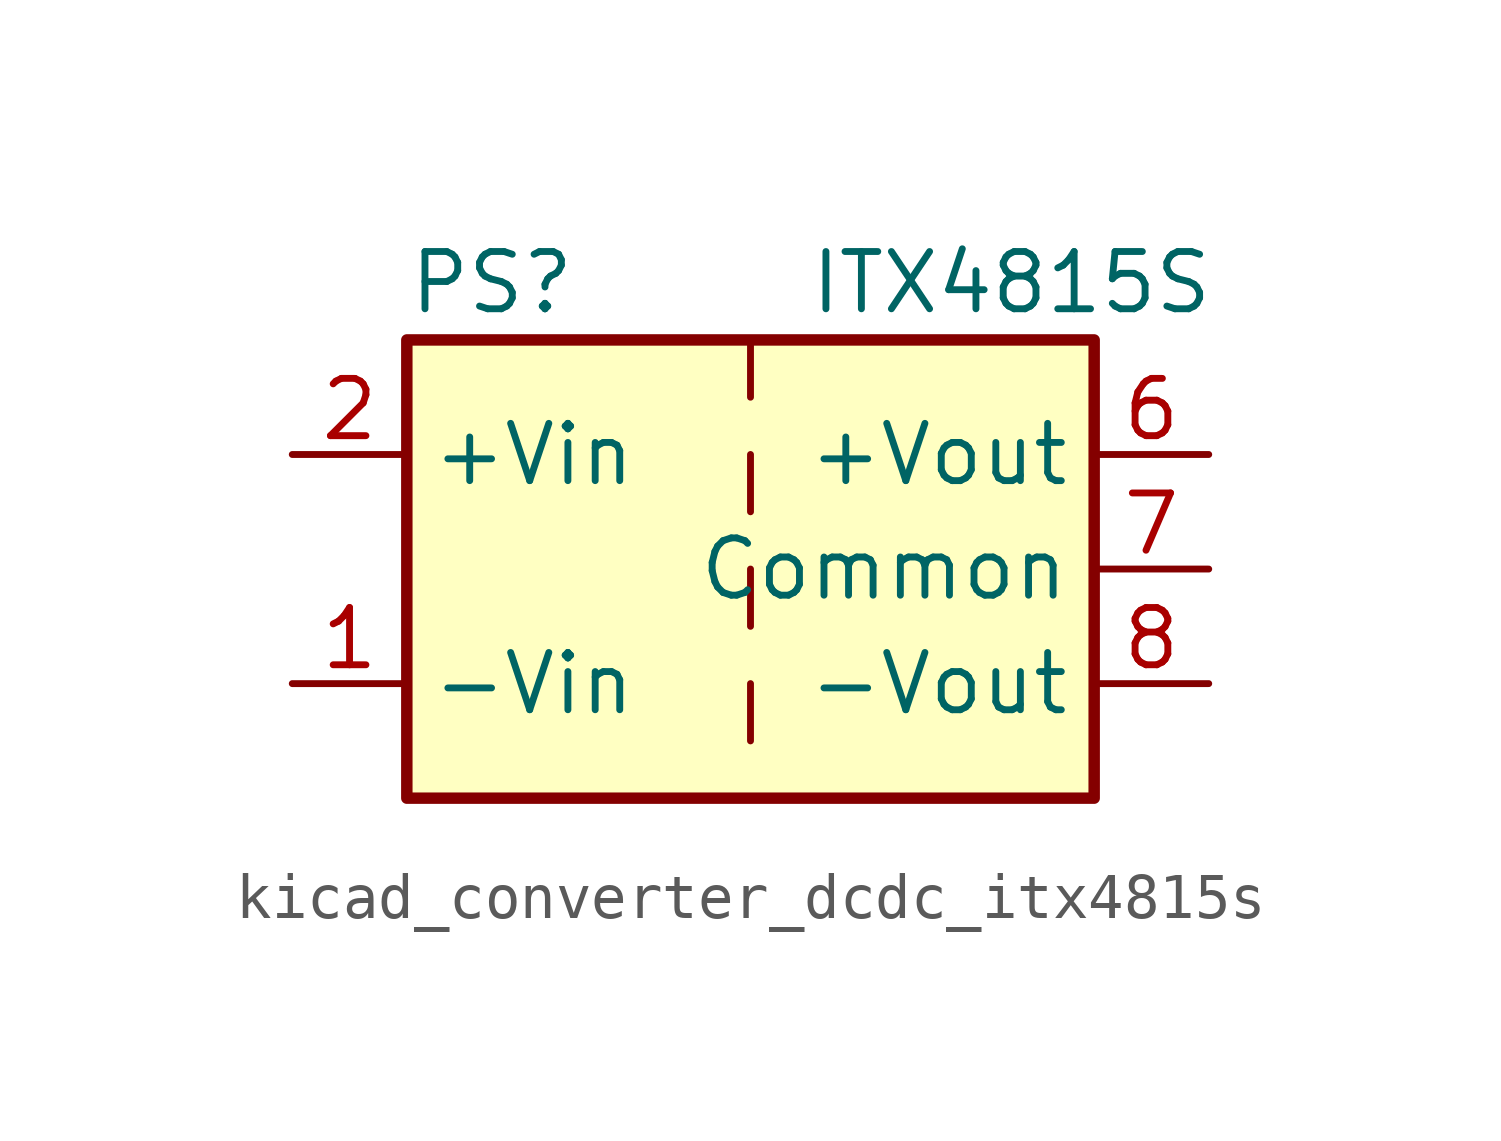
<source format=kicad_sym>
(kicad_symbol_lib
  (version 20220914)
  (generator kicad_symbol_editor)
  (symbol "kicad_converter_dcdc_itx4815s"
    (property "Reference" "PS"
      (at -7.62 6.35 0)
      (effects (font (size 1.27 1.27)) (justify left)))
    (property "Value" "ITX4815S"
      (at 1.27 6.35 0)
      (effects (font (size 1.27 1.27)) (justify left)))
    (symbol "kicad_converter_dcdc_itx4815s_0_0"
      (pin power_in line (at -10.16 -2.54 0) (length 2.54) (name "-Vin" (effects (font (size 1.27 1.27)))) (number "1" (effects (font (size 1.27 1.27)))))
      (pin power_in line (at -10.16 2.54 0) (length 2.54) (name "+Vin" (effects (font (size 1.27 1.27)))) (number "2" (effects (font (size 1.27 1.27)))))
      (pin no_connect line (at 0 -5.08 90) (length 2.54) hide (name "NC" (effects (font (size 1.27 1.27)))) (number "3" (effects (font (size 1.27 1.27)))))
      (pin no_connect line (at 0 5.08 270) (length 2.54) hide (name "NC" (effects (font (size 1.27 1.27)))) (number "5" (effects (font (size 1.27 1.27)))))
      (pin power_out line (at 10.16 2.54 180) (length 2.54) (name "+Vout" (effects (font (size 1.27 1.27)))) (number "6" (effects (font (size 1.27 1.27)))))
      (pin power_out line (at 10.16 0 180) (length 2.54) (name "Common" (effects (font (size 1.27 1.27)))) (number "7" (effects (font (size 1.27 1.27)))))
      (pin power_out line (at 10.16 -2.54 180) (length 2.54) (name "-Vout" (effects (font (size 1.27 1.27)))) (number "8" (effects (font (size 1.27 1.27))))))
    (symbol "kicad_converter_dcdc_itx4815s_0_1"
      (rectangle (start -7.62 5.08) (end 7.62 -5.08) (stroke (width 0.254) (type default)) (fill (type background)))
      (polyline (pts (xy 0 -2.54) (xy 0 -3.81)) (stroke (width 0) (type default)) (fill (type none)))
      (polyline (pts (xy 0 0) (xy 0 -1.27)) (stroke (width 0) (type default)) (fill (type none)))
      (polyline (pts (xy 0 2.54) (xy 0 1.27)) (stroke (width 0) (type default)) (fill (type none)))
      (polyline (pts (xy 0 5.08) (xy 0 3.81)) (stroke (width 0) (type default)) (fill (type none))))))
</source>
